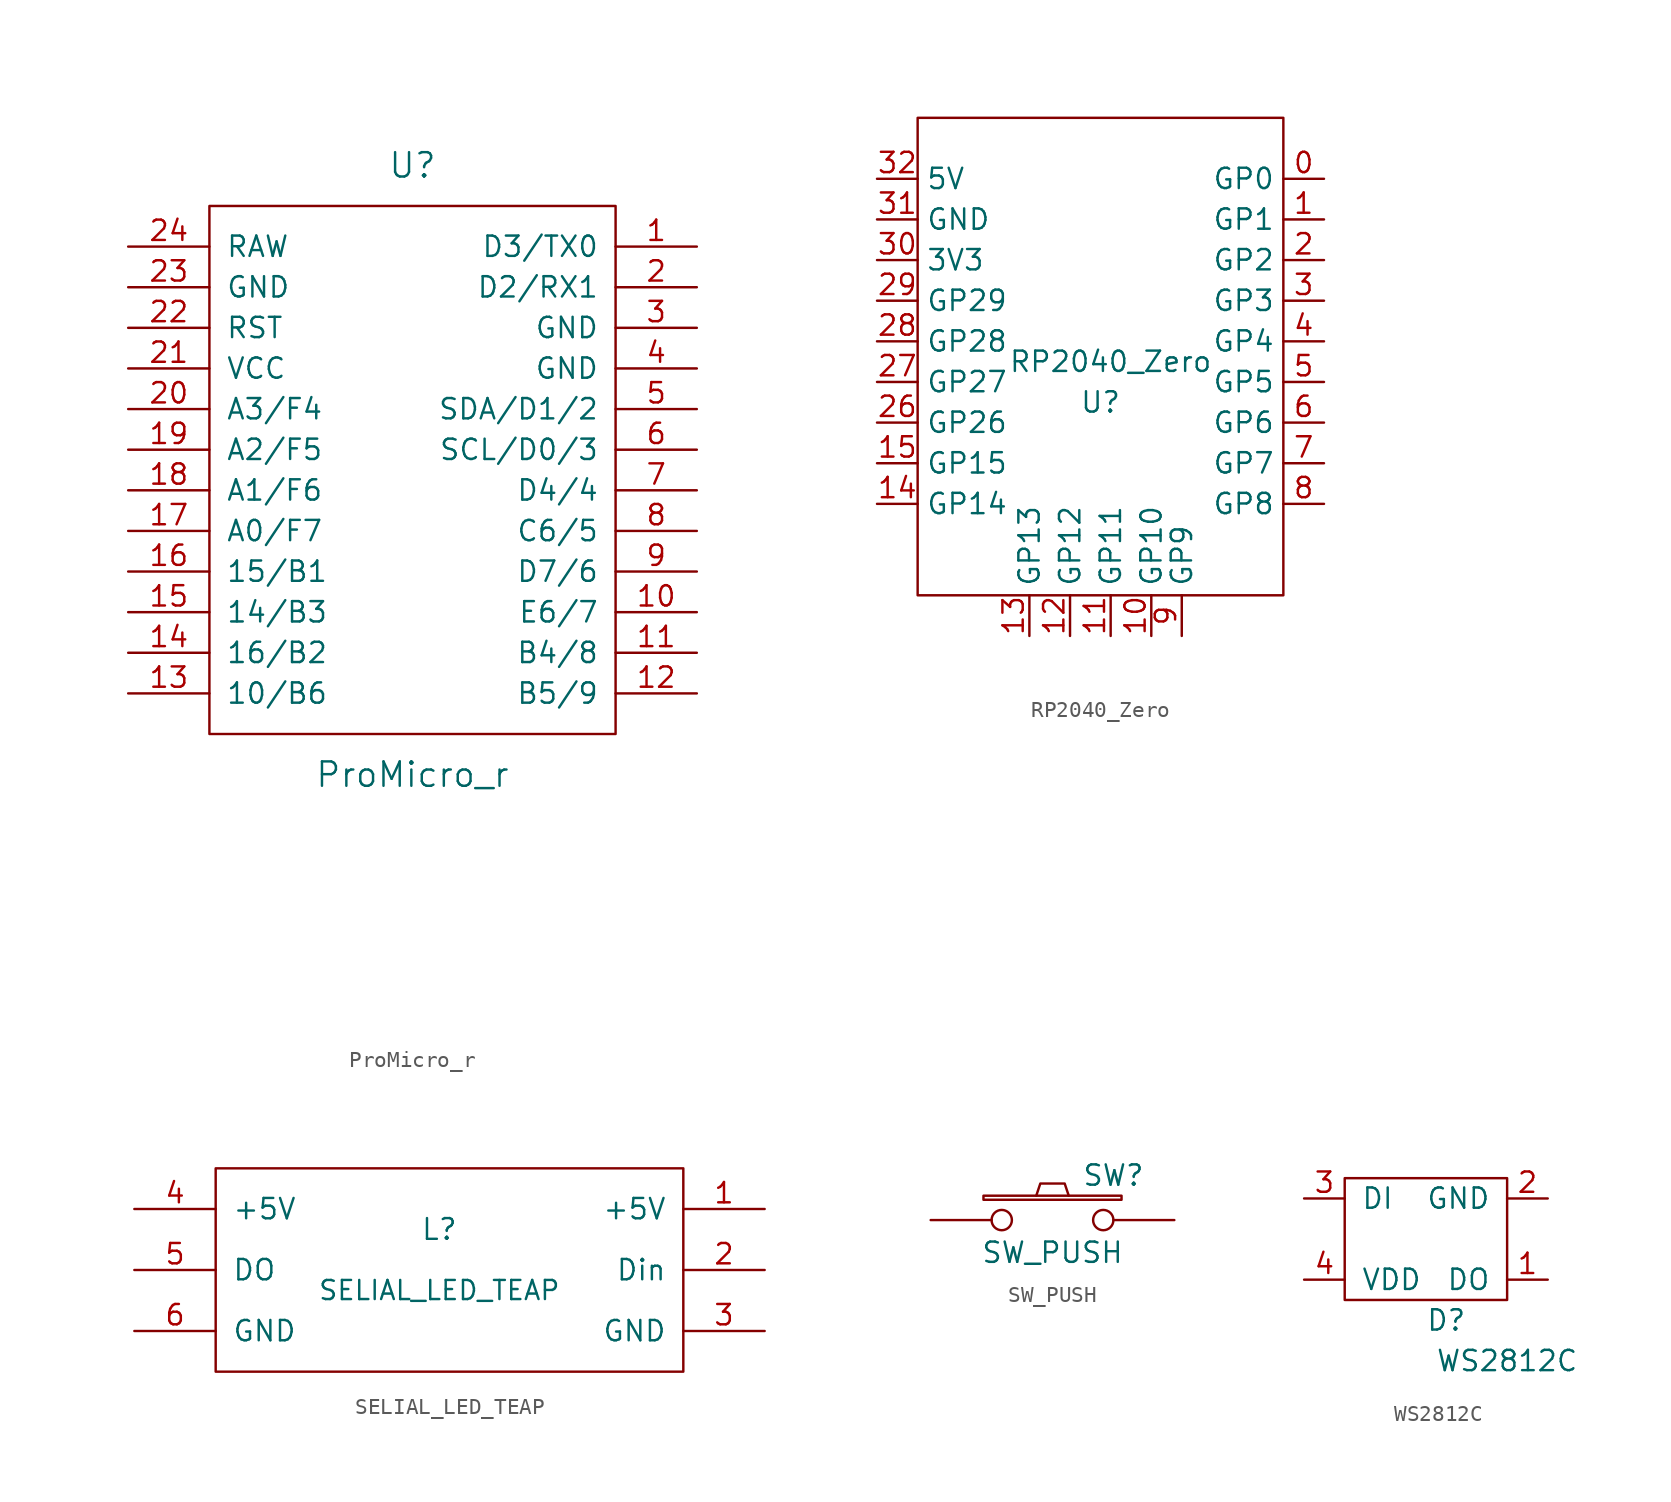
<source format=kicad_sym>
(kicad_symbol_lib
  (version 20231120)
  (generator "kicad_symbol_editor")
  (generator_version "8.0")
  (symbol "ProMicro_r"
    (pin_names
      (offset 1.016))
    (property "Reference" "U"
      (at 1.27 22.86 0)
      (effects (font (size 1.524 1.524))))
    (property "Value" "ProMicro_r"
      (at 1.27 -15.24 0)
      (effects (font (size 1.524 1.524))))
    (property "Footprint" ""
      (at 3.81 -26.67 0)
      (effects (font (size 1.524 1.524))))
    (property "Datasheet" ""
      (at 3.81 -26.67 0)
      (effects (font (size 1.524 1.524))))
    (symbol "ProMicro_r_0_1"
      (rectangle (start 13.97 20.32) (end -11.43 -12.7) (stroke (width 0) (type default)) (fill (type none))))
    (symbol "ProMicro_r_1_1"
      (pin bidirectional line (at 19.05 17.78 180) (length 5.08) (name "D3/TX0" (effects (font (size 1.27 1.27)))) (number "1" (effects (font (size 1.27 1.27)))))
      (pin bidirectional line (at 19.05 -5.08 180) (length 5.08) (name "E6/7" (effects (font (size 1.27 1.27)))) (number "10" (effects (font (size 1.27 1.27)))))
      (pin bidirectional line (at 19.05 -7.62 180) (length 5.08) (name "B4/8" (effects (font (size 1.27 1.27)))) (number "11" (effects (font (size 1.27 1.27)))))
      (pin bidirectional line (at 19.05 -10.16 180) (length 5.08) (name "B5/9" (effects (font (size 1.27 1.27)))) (number "12" (effects (font (size 1.27 1.27)))))
      (pin bidirectional line (at -16.51 -10.16 0) (length 5.08) (name "10/B6" (effects (font (size 1.27 1.27)))) (number "13" (effects (font (size 1.27 1.27)))))
      (pin bidirectional line (at -16.51 -7.62 0) (length 5.08) (name "16/B2" (effects (font (size 1.27 1.27)))) (number "14" (effects (font (size 1.27 1.27)))))
      (pin bidirectional line (at -16.51 -5.08 0) (length 5.08) (name "14/B3" (effects (font (size 1.27 1.27)))) (number "15" (effects (font (size 1.27 1.27)))))
      (pin bidirectional line (at -16.51 -2.54 0) (length 5.08) (name "15/B1" (effects (font (size 1.27 1.27)))) (number "16" (effects (font (size 1.27 1.27)))))
      (pin bidirectional line (at -16.51 0 0) (length 5.08) (name "A0/F7" (effects (font (size 1.27 1.27)))) (number "17" (effects (font (size 1.27 1.27)))))
      (pin bidirectional line (at -16.51 2.54 0) (length 5.08) (name "A1/F6" (effects (font (size 1.27 1.27)))) (number "18" (effects (font (size 1.27 1.27)))))
      (pin bidirectional line (at -16.51 5.08 0) (length 5.08) (name "A2/F5" (effects (font (size 1.27 1.27)))) (number "19" (effects (font (size 1.27 1.27)))))
      (pin bidirectional line (at 19.05 15.24 180) (length 5.08) (name "D2/RX1" (effects (font (size 1.27 1.27)))) (number "2" (effects (font (size 1.27 1.27)))))
      (pin bidirectional line (at -16.51 7.62 0) (length 5.08) (name "A3/F4" (effects (font (size 1.27 1.27)))) (number "20" (effects (font (size 1.27 1.27)))))
      (pin power_in line (at -16.51 10.16 0) (length 5.08) (name "VCC" (effects (font (size 1.27 1.27)))) (number "21" (effects (font (size 1.27 1.27)))))
      (pin input line (at -16.51 12.7 0) (length 5.08) (name "RST" (effects (font (size 1.27 1.27)))) (number "22" (effects (font (size 1.27 1.27)))))
      (pin power_in line (at -16.51 15.24 0) (length 5.08) (name "GND" (effects (font (size 1.27 1.27)))) (number "23" (effects (font (size 1.27 1.27)))))
      (pin power_out line (at -16.51 17.78 0) (length 5.08) (name "RAW" (effects (font (size 1.27 1.27)))) (number "24" (effects (font (size 1.27 1.27)))))
      (pin power_in line (at 19.05 12.7 180) (length 5.08) (name "GND" (effects (font (size 1.27 1.27)))) (number "3" (effects (font (size 1.27 1.27)))))
      (pin power_in line (at 19.05 10.16 180) (length 5.08) (name "GND" (effects (font (size 1.27 1.27)))) (number "4" (effects (font (size 1.27 1.27)))))
      (pin bidirectional line (at 19.05 7.62 180) (length 5.08) (name "SDA/D1/2" (effects (font (size 1.27 1.27)))) (number "5" (effects (font (size 1.27 1.27)))))
      (pin bidirectional line (at 19.05 5.08 180) (length 5.08) (name "SCL/D0/3" (effects (font (size 1.27 1.27)))) (number "6" (effects (font (size 1.27 1.27)))))
      (pin bidirectional line (at 19.05 2.54 180) (length 5.08) (name "D4/4" (effects (font (size 1.27 1.27)))) (number "7" (effects (font (size 1.27 1.27)))))
      (pin bidirectional line (at 19.05 0 180) (length 5.08) (name "C6/5" (effects (font (size 1.27 1.27)))) (number "8" (effects (font (size 1.27 1.27)))))
      (pin bidirectional line (at 19.05 -2.54 180) (length 5.08) (name "D7/6" (effects (font (size 1.27 1.27)))) (number "9" (effects (font (size 1.27 1.27)))))))
  (symbol "RP2040_Zero"
    (property "Reference" "U"
      (at 0 0 0)
      (effects (font (size 1.27 1.27))))
    (property "Value" "RP2040_Zero"
      (at 0.635 2.54 0)
      (effects (font (size 1.27 1.27))))
    (symbol "RP2040_Zero_0_1"
      (rectangle (start -11.43 17.78) (end 11.43 -12.065) (stroke (width 0.152) (type default)) (fill (type none))))
    (symbol "RP2040_Zero_1_1"
      (pin unspecified line (at 13.97 13.97 180) (length 2.54) (name "GP0" (effects (font (size 1.27 1.27)))) (number "0" (effects (font (size 1.27 1.27)))))
      (pin unspecified line (at 13.97 11.43 180) (length 2.54) (name "GP1" (effects (font (size 1.27 1.27)))) (number "1" (effects (font (size 1.27 1.27)))))
      (pin unspecified line (at 3.175 -14.605 90) (length 2.54) (name "GP10" (effects (font (size 1.27 1.27)))) (number "10" (effects (font (size 1.27 1.27)))))
      (pin unspecified line (at 0.635 -14.605 90) (length 2.54) (name "GP11" (effects (font (size 1.27 1.27)))) (number "11" (effects (font (size 1.27 1.27)))))
      (pin unspecified line (at -1.905 -14.605 90) (length 2.54) (name "GP12" (effects (font (size 1.27 1.27)))) (number "12" (effects (font (size 1.27 1.27)))))
      (pin unspecified line (at -4.445 -14.605 90) (length 2.54) (name "GP13" (effects (font (size 1.27 1.27)))) (number "13" (effects (font (size 1.27 1.27)))))
      (pin unspecified line (at -13.97 -6.35 0) (length 2.54) (name "GP14" (effects (font (size 1.27 1.27)))) (number "14" (effects (font (size 1.27 1.27)))))
      (pin unspecified line (at -13.97 -3.81 0) (length 2.54) (name "GP15" (effects (font (size 1.27 1.27)))) (number "15" (effects (font (size 1.27 1.27)))))
      (pin unspecified line (at 13.97 8.89 180) (length 2.54) (name "GP2" (effects (font (size 1.27 1.27)))) (number "2" (effects (font (size 1.27 1.27)))))
      (pin unspecified line (at -13.97 -1.27 0) (length 2.54) (name "GP26" (effects (font (size 1.27 1.27)))) (number "26" (effects (font (size 1.27 1.27)))))
      (pin unspecified line (at -13.97 1.27 0) (length 2.54) (name "GP27" (effects (font (size 1.27 1.27)))) (number "27" (effects (font (size 1.27 1.27)))))
      (pin unspecified line (at -13.97 3.81 0) (length 2.54) (name "GP28" (effects (font (size 1.27 1.27)))) (number "28" (effects (font (size 1.27 1.27)))))
      (pin unspecified line (at -13.97 6.35 0) (length 2.54) (name "GP29" (effects (font (size 1.27 1.27)))) (number "29" (effects (font (size 1.27 1.27)))))
      (pin unspecified line (at 13.97 6.35 180) (length 2.54) (name "GP3" (effects (font (size 1.27 1.27)))) (number "3" (effects (font (size 1.27 1.27)))))
      (pin power_in line (at -13.97 8.89 0) (length 2.54) (name "3V3" (effects (font (size 1.27 1.27)))) (number "30" (effects (font (size 1.27 1.27)))))
      (pin power_in line (at -13.97 11.43 0) (length 2.54) (name "GND" (effects (font (size 1.27 1.27)))) (number "31" (effects (font (size 1.27 1.27)))))
      (pin power_in line (at -13.97 13.97 0) (length 2.54) (name "5V" (effects (font (size 1.27 1.27)))) (number "32" (effects (font (size 1.27 1.27)))))
      (pin unspecified line (at 13.97 3.81 180) (length 2.54) (name "GP4" (effects (font (size 1.27 1.27)))) (number "4" (effects (font (size 1.27 1.27)))))
      (pin unspecified line (at 13.97 1.27 180) (length 2.54) (name "GP5" (effects (font (size 1.27 1.27)))) (number "5" (effects (font (size 1.27 1.27)))))
      (pin unspecified line (at 13.97 -1.27 180) (length 2.54) (name "GP6" (effects (font (size 1.27 1.27)))) (number "6" (effects (font (size 1.27 1.27)))))
      (pin unspecified line (at 13.97 -3.81 180) (length 2.54) (name "GP7" (effects (font (size 1.27 1.27)))) (number "7" (effects (font (size 1.27 1.27)))))
      (pin unspecified line (at 13.97 -6.35 180) (length 2.54) (name "GP8" (effects (font (size 1.27 1.27)))) (number "8" (effects (font (size 1.27 1.27)))))
      (pin unspecified line (at 5.08 -14.605 90) (length 2.54) (name "GP9" (effects (font (size 1.27 1.27)))) (number "9" (effects (font (size 1.27 1.27)))))))
  (symbol "SELIAL_LED_TEAP"
    (pin_names
      (offset 1.016))
    (property "Reference" "L"
      (at 0 2.54 0)
      (effects (font (size 1.295 1.295))))
    (property "Value" "SELIAL_LED_TEAP"
      (at 0 -1.27 0)
      (effects (font (size 1.194 1.194))))
    (symbol "SELIAL_LED_TEAP_0_1"
      (rectangle (start -13.97 6.35) (end 15.24 -6.35) (stroke (width 0) (type default)) (fill (type none))))
    (symbol "SELIAL_LED_TEAP_1_1"
      (pin power_in line (at 20.32 3.81 180) (length 5.08) (name "+5V" (effects (font (size 1.27 1.27)))) (number "1" (effects (font (size 1.27 1.27)))))
      (pin input line (at 20.32 0 180) (length 5.08) (name "Din" (effects (font (size 1.27 1.27)))) (number "2" (effects (font (size 1.27 1.27)))))
      (pin power_in line (at 20.32 -3.81 180) (length 5.08) (name "GND" (effects (font (size 1.27 1.27)))) (number "3" (effects (font (size 1.27 1.27)))))
      (pin power_out line (at -19.05 3.81 0) (length 5.08) (name "+5V" (effects (font (size 1.27 1.27)))) (number "4" (effects (font (size 1.27 1.27)))))
      (pin output line (at -19.05 0 0) (length 5.08) (name "DO" (effects (font (size 1.27 1.27)))) (number "5" (effects (font (size 1.27 1.27)))))
      (pin power_out line (at -19.05 -3.81 0) (length 5.08) (name "GND" (effects (font (size 1.27 1.27)))) (number "6" (effects (font (size 1.27 1.27)))))))
  (symbol "SW_PUSH"
    (pin_numbers hide)
    (pin_names
      (offset 1.016) hide)
    (property "Reference" "SW"
      (at 3.81 2.794 0)
      (effects (font (size 1.27 1.27))))
    (property "Value" "SW_PUSH"
      (at 0 -2.032 0)
      (effects (font (size 1.27 1.27))))
    (property "Footprint" ""
      (at 0 0 0)
      (effects (font (size 1.27 1.27))))
    (property "Datasheet" ""
      (at 0 0 0)
      (effects (font (size 1.27 1.27))))
    (symbol "SW_PUSH_0_1"
      (rectangle (start -4.318 1.27) (end 4.318 1.524) (stroke (width 0) (type default)) (fill (type none)))
      (polyline (pts (xy -1.016 1.524) (xy -0.762 2.286) (xy 0.762 2.286) (xy 1.016 1.524)) (stroke (width 0) (type default)) (fill (type none)))
      (pin passive inverted (at -7.62 0 0) (length 5.08) (name "1" (effects (font (size 1.27 1.27)))) (number "1" (effects (font (size 1.27 1.27)))))
      (pin passive inverted (at 7.62 0 180) (length 5.08) (name "2" (effects (font (size 1.27 1.27)))) (number "2" (effects (font (size 1.27 1.27)))))))
  (symbol "WS2812C"
    (pin_names
      (offset 1.016))
    (property "Reference" "D"
      (at 1.27 -5.08 0)
      (effects (font (size 1.27 1.27))))
    (property "Value" "WS2812C"
      (at 5.08 -7.62 0)
      (effects (font (size 1.27 1.27))))
    (symbol "WS2812C_0_1"
      (rectangle (start -5.08 3.81) (end 5.08 -3.81) (stroke (width 0) (type default)) (fill (type none))))
    (symbol "WS2812C_1_1"
      (pin output line (at 7.62 -2.54 180) (length 2.54) (name "DO" (effects (font (size 1.27 1.27)))) (number "1" (effects (font (size 1.27 1.27)))))
      (pin power_in line (at 7.62 2.54 180) (length 2.54) (name "GND" (effects (font (size 1.27 1.27)))) (number "2" (effects (font (size 1.27 1.27)))))
      (pin input line (at -7.62 2.54 0) (length 2.54) (name "DI" (effects (font (size 1.27 1.27)))) (number "3" (effects (font (size 1.27 1.27)))))
      (pin power_in line (at -7.62 -2.54 0) (length 2.54) (name "VDD" (effects (font (size 1.27 1.27)))) (number "4" (effects (font (size 1.27 1.27))))))))
</source>
